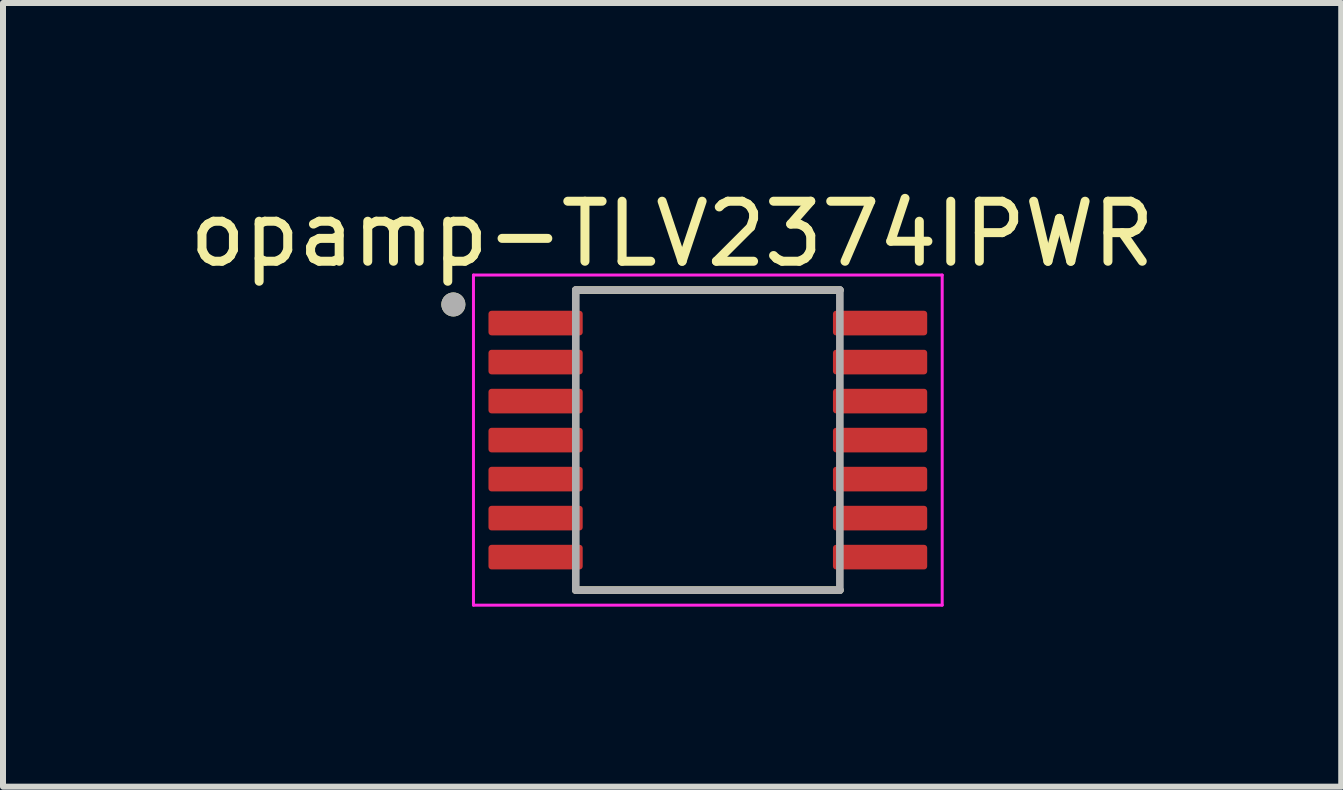
<source format=kicad_pcb>
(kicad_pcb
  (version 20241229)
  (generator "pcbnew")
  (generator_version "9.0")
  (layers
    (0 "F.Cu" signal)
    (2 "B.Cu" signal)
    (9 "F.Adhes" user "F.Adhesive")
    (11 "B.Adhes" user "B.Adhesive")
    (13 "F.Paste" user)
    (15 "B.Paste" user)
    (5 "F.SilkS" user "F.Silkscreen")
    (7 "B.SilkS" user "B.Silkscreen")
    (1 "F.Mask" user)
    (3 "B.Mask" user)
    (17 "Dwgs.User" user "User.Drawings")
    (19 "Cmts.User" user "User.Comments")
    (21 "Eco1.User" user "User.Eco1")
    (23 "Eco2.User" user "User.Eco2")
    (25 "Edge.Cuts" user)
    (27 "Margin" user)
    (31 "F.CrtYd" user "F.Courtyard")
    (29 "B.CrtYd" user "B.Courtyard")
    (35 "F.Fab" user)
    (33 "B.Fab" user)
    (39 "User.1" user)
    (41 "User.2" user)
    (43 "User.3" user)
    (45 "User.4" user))
  (footprint "opamp-TLV2374IPWR"
    (layer "F.Cu")
    (at 8.744 4.283)
    (property "Reference" "opamp-TLV2374IPWR" (at -0.595 -3.435 0) (layer "F.SilkS") (effects (font (size 1 1) (thickness 0.15))))
    (attr smd)
    (fp_line (start -2.2 -2.5) (end 2.2 -2.5) (stroke (width 0.127) (type solid)) (layer "F.SilkS"))
    (fp_line (start -2.2 2.5) (end 2.2 2.5) (stroke (width 0.127) (type solid)) (layer "F.SilkS"))
    (fp_circle (center -4.24 -2.26) (end -4.14 -2.26) (stroke (width 0.2) (type solid)) (fill no) (layer "F.SilkS"))
    (fp_line (start -3.905 -2.75) (end -3.905 2.75) (stroke (width 0.05) (type solid)) (layer "F.CrtYd"))
    (fp_line (start -3.905 -2.75) (end 3.905 -2.75) (stroke (width 0.05) (type solid)) (layer "F.CrtYd"))
    (fp_line (start -3.905 2.75) (end 3.905 2.75) (stroke (width 0.05) (type solid)) (layer "F.CrtYd"))
    (fp_line (start 3.905 -2.75) (end 3.905 2.75) (stroke (width 0.05) (type solid)) (layer "F.CrtYd"))
    (fp_line (start -2.2 -2.5) (end -2.2 2.5) (stroke (width 0.127) (type solid)) (layer "F.Fab"))
    (fp_line (start -2.2 -2.5) (end 2.2 -2.5) (stroke (width 0.127) (type solid)) (layer "F.Fab"))
    (fp_line (start -2.2 2.5) (end 2.2 2.5) (stroke (width 0.127) (type solid)) (layer "F.Fab"))
    (fp_line (start 2.2 -2.5) (end 2.2 2.5) (stroke (width 0.127) (type solid)) (layer "F.Fab"))
    (fp_circle (center -4.24 -2.26) (end -4.14 -2.26) (stroke (width 0.2) (type solid)) (fill no) (layer "F.Fab"))
    (pad "1" smd roundrect (at -2.87 -1.95) (size 1.57 0.41) (layers "F.Cu" "F.Mask" "F.Paste") (roundrect_rratio 0.125))
    (pad "2" smd roundrect (at -2.87 -1.3) (size 1.57 0.41) (layers "F.Cu" "F.Mask" "F.Paste") (roundrect_rratio 0.125))
    (pad "3" smd roundrect (at -2.87 -0.65) (size 1.57 0.41) (layers "F.Cu" "F.Mask" "F.Paste") (roundrect_rratio 0.125))
    (pad "4" smd roundrect (at -2.87 0) (size 1.57 0.41) (layers "F.Cu" "F.Mask" "F.Paste") (roundrect_rratio 0.125))
    (pad "5" smd roundrect (at -2.87 0.65) (size 1.57 0.41) (layers "F.Cu" "F.Mask" "F.Paste") (roundrect_rratio 0.125))
    (pad "6" smd roundrect (at -2.87 1.3) (size 1.57 0.41) (layers "F.Cu" "F.Mask" "F.Paste") (roundrect_rratio 0.125))
    (pad "7" smd roundrect (at -2.87 1.95) (size 1.57 0.41) (layers "F.Cu" "F.Mask" "F.Paste") (roundrect_rratio 0.125))
    (pad "8" smd roundrect (at 2.87 1.95) (size 1.57 0.41) (layers "F.Cu" "F.Mask" "F.Paste") (roundrect_rratio 0.125))
    (pad "9" smd roundrect (at 2.87 1.3) (size 1.57 0.41) (layers "F.Cu" "F.Mask" "F.Paste") (roundrect_rratio 0.125))
    (pad "10" smd roundrect (at 2.87 0.65) (size 1.57 0.41) (layers "F.Cu" "F.Mask" "F.Paste") (roundrect_rratio 0.125))
    (pad "11" smd roundrect (at 2.87 0) (size 1.57 0.41) (layers "F.Cu" "F.Mask" "F.Paste") (roundrect_rratio 0.125))
    (pad "12" smd roundrect (at 2.87 -0.65) (size 1.57 0.41) (layers "F.Cu" "F.Mask" "F.Paste") (roundrect_rratio 0.125))
    (pad "13" smd roundrect (at 2.87 -1.3) (size 1.57 0.41) (layers "F.Cu" "F.Mask" "F.Paste") (roundrect_rratio 0.125))
    (pad "14" smd roundrect (at 2.87 -1.95) (size 1.57 0.41) (layers "F.Cu" "F.Mask" "F.Paste") (roundrect_rratio 0.125)))
  (gr_rect
    (start -3 -3)
    (end 19.298 10.058)
    (stroke (width 0.1) (type default))
    (fill no)
    (layer "Edge.Cuts")))
</source>
